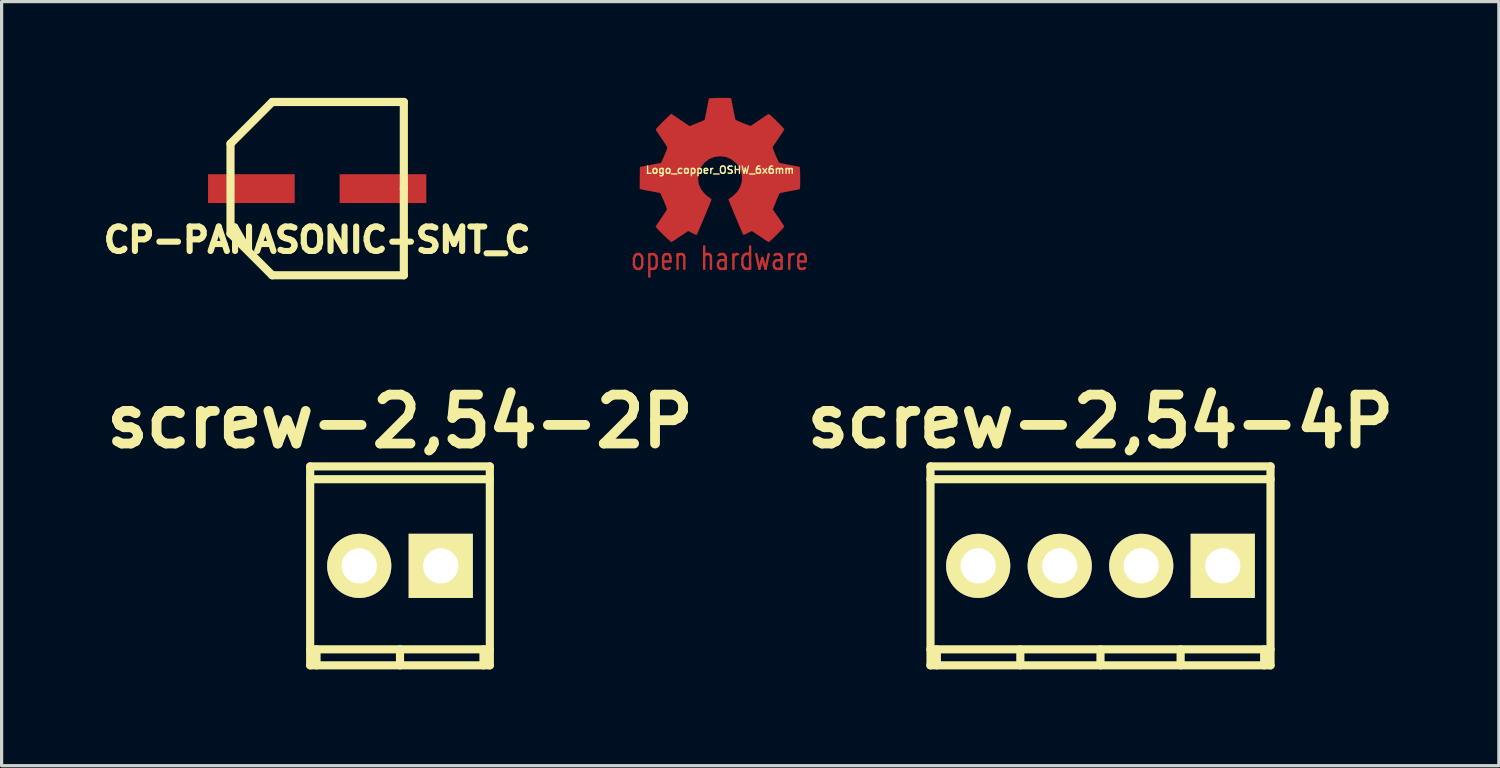
<source format=kicad_pcb>
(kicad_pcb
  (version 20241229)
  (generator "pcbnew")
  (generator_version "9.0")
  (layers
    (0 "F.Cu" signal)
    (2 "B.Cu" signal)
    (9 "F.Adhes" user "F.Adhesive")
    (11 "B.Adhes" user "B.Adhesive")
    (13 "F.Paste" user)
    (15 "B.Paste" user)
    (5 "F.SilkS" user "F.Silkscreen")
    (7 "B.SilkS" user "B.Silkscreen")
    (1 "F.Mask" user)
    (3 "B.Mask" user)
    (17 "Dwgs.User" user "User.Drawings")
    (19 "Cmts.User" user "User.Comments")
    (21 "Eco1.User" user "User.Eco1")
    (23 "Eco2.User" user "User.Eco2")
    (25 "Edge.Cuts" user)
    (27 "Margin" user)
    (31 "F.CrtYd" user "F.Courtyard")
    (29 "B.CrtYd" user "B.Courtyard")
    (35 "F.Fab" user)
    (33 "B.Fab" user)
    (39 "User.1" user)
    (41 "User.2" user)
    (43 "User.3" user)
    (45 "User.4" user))
  (footprint "screw-2,54-2P"
    (layer "F.Cu")
    (at 9.413 14.581)
    (property "Reference" "screw-2,54-2P" (at 0 -4.501 0) (layer "F.SilkS") (effects (font (size 1.524 1.524) (thickness 0.305))))
    (attr through_hole)
    (fp_line (start -2.799 -3.099) (end -2.799 3.099) (stroke (width 0.254) (type solid)) (layer "F.SilkS"))
    (fp_line (start -2.799 -2.7) (end 2.799 -2.7) (stroke (width 0.254) (type solid)) (layer "F.SilkS"))
    (fp_line (start -2.799 3.099) (end 2.799 3.099) (stroke (width 0.254) (type solid)) (layer "F.SilkS"))
    (fp_line (start -2.601 3.099) (end -2.601 2.601) (stroke (width 0.254) (type solid)) (layer "F.SilkS"))
    (fp_line (start 0 3.099) (end 0 2.601) (stroke (width 0.254) (type solid)) (layer "F.SilkS"))
    (fp_line (start 2.601 2.601) (end 2.601 3.099) (stroke (width 0.254) (type solid)) (layer "F.SilkS"))
    (fp_line (start 2.799 -3.099) (end -2.799 -3.099) (stroke (width 0.254) (type solid)) (layer "F.SilkS"))
    (fp_line (start 2.799 2.601) (end -2.799 2.601) (stroke (width 0.254) (type solid)) (layer "F.SilkS"))
    (fp_line (start 2.799 3.099) (end 2.799 -3.099) (stroke (width 0.254) (type solid)) (layer "F.SilkS"))
    (pad "1" thru_hole rect (at 1.27 0) (size 1.999 1.999) (drill 1.097) (layers "*.Cu" "*.Mask" "F.SilkS"))
    (pad "2" thru_hole oval (at -1.27 0) (size 1.999 1.999) (drill 1.097) (layers "*.Cu" "*.Mask" "F.SilkS")))
  (footprint "Logo_copper_OSHW_6x6mm"
    (layer "F.Cu")
    (at 19.381 2.247)
    (property "Reference" "Logo_copper_OSHW_6x6mm" (at 0 0 0) (layer "F.SilkS") (effects (font (size 0.226 0.226) (thickness 0.043))))
    (attr through_hole)
    (fp_line (start -2.68 2.75) (end -2.68 2.95) (stroke (width 0.075) (type solid)) (layer "F.Cu"))
    (fp_line (start -2.68 2.95) (end -2.66 3.01) (stroke (width 0.075) (type solid)) (layer "F.Cu"))
    (fp_line (start -2.66 3.01) (end -2.64 3.04) (stroke (width 0.075) (type solid)) (layer "F.Cu"))
    (fp_line (start -2.65 2.68) (end -2.68 2.75) (stroke (width 0.075) (type solid)) (layer "F.Cu"))
    (fp_line (start -2.64 3.04) (end -2.59 3.08) (stroke (width 0.075) (type solid)) (layer "F.Cu"))
    (fp_line (start -2.63 2.65) (end -2.65 2.68) (stroke (width 0.075) (type solid)) (layer "F.Cu"))
    (fp_line (start -2.59 2.62) (end -2.63 2.65) (stroke (width 0.075) (type solid)) (layer "F.Cu"))
    (fp_line (start -2.59 3.08) (end -2.51 3.08) (stroke (width 0.075) (type solid)) (layer "F.Cu"))
    (fp_line (start -2.51 2.62) (end -2.59 2.62) (stroke (width 0.075) (type solid)) (layer "F.Cu"))
    (fp_line (start -2.51 3.08) (end -2.46 3.05) (stroke (width 0.075) (type solid)) (layer "F.Cu"))
    (fp_line (start -2.46 2.66) (end -2.51 2.62) (stroke (width 0.075) (type solid)) (layer "F.Cu"))
    (fp_line (start -2.46 3.05) (end -2.44 3.02) (stroke (width 0.075) (type solid)) (layer "F.Cu"))
    (fp_line (start -2.44 2.69) (end -2.46 2.66) (stroke (width 0.075) (type solid)) (layer "F.Cu"))
    (fp_line (start -2.44 3.02) (end -2.42 2.95) (stroke (width 0.075) (type solid)) (layer "F.Cu"))
    (fp_line (start -2.42 2.75) (end -2.44 2.69) (stroke (width 0.075) (type solid)) (layer "F.Cu"))
    (fp_line (start -2.42 2.95) (end -2.42 2.75) (stroke (width 0.075) (type solid)) (layer "F.Cu"))
    (fp_line (start -2.2 2.65) (end -2.16 2.62) (stroke (width 0.075) (type solid)) (layer "F.Cu"))
    (fp_line (start -2.2 3.32) (end -2.2 2.62) (stroke (width 0.075) (type solid)) (layer "F.Cu"))
    (fp_line (start -2.16 2.62) (end -2.06 2.62) (stroke (width 0.075) (type solid)) (layer "F.Cu"))
    (fp_line (start -2.15 3.08) (end -2.2 3.05) (stroke (width 0.075) (type solid)) (layer "F.Cu"))
    (fp_line (start -2.06 2.62) (end -2.02 2.65) (stroke (width 0.075) (type solid)) (layer "F.Cu"))
    (fp_line (start -2.05 3.08) (end -2.15 3.08) (stroke (width 0.075) (type solid)) (layer "F.Cu"))
    (fp_line (start -2.02 2.65) (end -1.99 2.68) (stroke (width 0.075) (type solid)) (layer "F.Cu"))
    (fp_line (start -2.01 3.05) (end -2.05 3.08) (stroke (width 0.075) (type solid)) (layer "F.Cu"))
    (fp_line (start -1.99 2.68) (end -1.97 2.74) (stroke (width 0.075) (type solid)) (layer "F.Cu"))
    (fp_line (start -1.99 3.02) (end -2.01 3.05) (stroke (width 0.075) (type solid)) (layer "F.Cu"))
    (fp_line (start -1.97 2.74) (end -1.97 2.96) (stroke (width 0.075) (type solid)) (layer "F.Cu"))
    (fp_line (start -1.97 2.96) (end -1.99 3.02) (stroke (width 0.075) (type solid)) (layer "F.Cu"))
    (fp_line (start -1.77 2.71) (end -1.77 2.98) (stroke (width 0.075) (type solid)) (layer "F.Cu"))
    (fp_line (start -1.77 2.98) (end -1.75 3.05) (stroke (width 0.075) (type solid)) (layer "F.Cu"))
    (fp_line (start -1.75 3.05) (end -1.71 3.08) (stroke (width 0.075) (type solid)) (layer "F.Cu"))
    (fp_line (start -1.74 2.65) (end -1.77 2.71) (stroke (width 0.075) (type solid)) (layer "F.Cu"))
    (fp_line (start -1.71 3.08) (end -1.61 3.08) (stroke (width 0.075) (type solid)) (layer "F.Cu"))
    (fp_line (start -1.7 2.62) (end -1.74 2.65) (stroke (width 0.075) (type solid)) (layer "F.Cu"))
    (fp_line (start -1.61 3.08) (end -1.56 3.05) (stroke (width 0.075) (type solid)) (layer "F.Cu"))
    (fp_line (start -1.6 2.62) (end -1.7 2.62) (stroke (width 0.075) (type solid)) (layer "F.Cu"))
    (fp_line (start -1.56 2.66) (end -1.6 2.62) (stroke (width 0.075) (type solid)) (layer "F.Cu"))
    (fp_line (start -1.54 2.73) (end -1.56 2.66) (stroke (width 0.075) (type solid)) (layer "F.Cu"))
    (fp_line (start -1.54 2.85) (end -1.77 2.85) (stroke (width 0.075) (type solid)) (layer "F.Cu"))
    (fp_line (start -1.54 2.85) (end -1.54 2.73) (stroke (width 0.075) (type solid)) (layer "F.Cu"))
    (fp_line (start -1.32 2.62) (end -1.32 3.08) (stroke (width 0.075) (type solid)) (layer "F.Cu"))
    (fp_line (start -1.32 2.68) (end -1.3 2.65) (stroke (width 0.075) (type solid)) (layer "F.Cu"))
    (fp_line (start -1.3 2.65) (end -1.26 2.62) (stroke (width 0.075) (type solid)) (layer "F.Cu"))
    (fp_line (start -1.26 2.62) (end -1.17 2.62) (stroke (width 0.075) (type solid)) (layer "F.Cu"))
    (fp_line (start -1.17 2.62) (end -1.13 2.65) (stroke (width 0.075) (type solid)) (layer "F.Cu"))
    (fp_line (start -1.13 2.65) (end -1.11 2.71) (stroke (width 0.075) (type solid)) (layer "F.Cu"))
    (fp_line (start -1.11 2.71) (end -1.11 3.08) (stroke (width 0.075) (type solid)) (layer "F.Cu"))
    (fp_line (start -0.49 2.38) (end -0.49 3.08) (stroke (width 0.075) (type solid)) (layer "F.Cu"))
    (fp_line (start -0.49 2.69) (end -0.47 2.65) (stroke (width 0.075) (type solid)) (layer "F.Cu"))
    (fp_line (start -0.47 2.65) (end -0.42 2.62) (stroke (width 0.075) (type solid)) (layer "F.Cu"))
    (fp_line (start -0.42 2.62) (end -0.34 2.62) (stroke (width 0.075) (type solid)) (layer "F.Cu"))
    (fp_line (start -0.34 2.62) (end -0.3 2.65) (stroke (width 0.075) (type solid)) (layer "F.Cu"))
    (fp_line (start -0.3 2.65) (end -0.28 2.71) (stroke (width 0.075) (type solid)) (layer "F.Cu"))
    (fp_line (start -0.28 2.71) (end -0.28 3.08) (stroke (width 0.075) (type solid)) (layer "F.Cu"))
    (fp_line (start -0.06 2.91) (end -0.06 2.98) (stroke (width 0.075) (type solid)) (layer "F.Cu"))
    (fp_line (start -0.06 2.98) (end -0.04 3.04) (stroke (width 0.075) (type solid)) (layer "F.Cu"))
    (fp_line (start -0.04 2.65) (end 0.01 2.62) (stroke (width 0.075) (type solid)) (layer "F.Cu"))
    (fp_line (start -0.04 3.04) (end 0.01 3.08) (stroke (width 0.075) (type solid)) (layer "F.Cu"))
    (fp_line (start -0.03 2.84) (end -0.06 2.91) (stroke (width 0.075) (type solid)) (layer "F.Cu"))
    (fp_line (start 0.01 2.62) (end 0.11 2.62) (stroke (width 0.075) (type solid)) (layer "F.Cu"))
    (fp_line (start 0.01 3.08) (end 0.13 3.08) (stroke (width 0.075) (type solid)) (layer "F.Cu"))
    (fp_line (start 0.02 2.81) (end -0.03 2.84) (stroke (width 0.075) (type solid)) (layer "F.Cu"))
    (fp_line (start 0.11 2.62) (end 0.15 2.65) (stroke (width 0.075) (type solid)) (layer "F.Cu"))
    (fp_line (start 0.13 3.08) (end 0.18 3.04) (stroke (width 0.075) (type solid)) (layer "F.Cu"))
    (fp_line (start 0.14 2.81) (end 0.02 2.81) (stroke (width 0.075) (type solid)) (layer "F.Cu"))
    (fp_line (start 0.15 2.65) (end 0.18 2.71) (stroke (width 0.075) (type solid)) (layer "F.Cu"))
    (fp_line (start 0.18 2.71) (end 0.18 3.08) (stroke (width 0.075) (type solid)) (layer "F.Cu"))
    (fp_line (start 0.18 2.78) (end 0.14 2.81) (stroke (width 0.075) (type solid)) (layer "F.Cu"))
    (fp_line (start 0.42 2.62) (end 0.42 3.08) (stroke (width 0.075) (type solid)) (layer "F.Cu"))
    (fp_line (start 0.42 2.74) (end 0.44 2.67) (stroke (width 0.075) (type solid)) (layer "F.Cu"))
    (fp_line (start 0.44 2.67) (end 0.46 2.65) (stroke (width 0.075) (type solid)) (layer "F.Cu"))
    (fp_line (start 0.46 2.65) (end 0.51 2.62) (stroke (width 0.075) (type solid)) (layer "F.Cu"))
    (fp_line (start 0.51 2.62) (end 0.56 2.62) (stroke (width 0.075) (type solid)) (layer "F.Cu"))
    (fp_line (start 0.7 2.75) (end 0.73 2.68) (stroke (width 0.075) (type solid)) (layer "F.Cu"))
    (fp_line (start 0.7 2.95) (end 0.7 2.75) (stroke (width 0.075) (type solid)) (layer "F.Cu"))
    (fp_line (start 0.73 2.68) (end 0.75 2.65) (stroke (width 0.075) (type solid)) (layer "F.Cu"))
    (fp_line (start 0.73 3.02) (end 0.7 2.95) (stroke (width 0.075) (type solid)) (layer "F.Cu"))
    (fp_line (start 0.75 2.65) (end 0.81 2.61) (stroke (width 0.075) (type solid)) (layer "F.Cu"))
    (fp_line (start 0.75 3.05) (end 0.73 3.02) (stroke (width 0.075) (type solid)) (layer "F.Cu"))
    (fp_line (start 0.79 3.08) (end 0.75 3.05) (stroke (width 0.075) (type solid)) (layer "F.Cu"))
    (fp_line (start 0.81 2.61) (end 0.88 2.61) (stroke (width 0.075) (type solid)) (layer "F.Cu"))
    (fp_line (start 0.88 2.61) (end 0.94 2.65) (stroke (width 0.075) (type solid)) (layer "F.Cu"))
    (fp_line (start 0.9 3.08) (end 0.79 3.08) (stroke (width 0.075) (type solid)) (layer "F.Cu"))
    (fp_line (start 0.94 2.38) (end 0.94 3.08) (stroke (width 0.075) (type solid)) (layer "F.Cu"))
    (fp_line (start 0.94 3.05) (end 0.9 3.08) (stroke (width 0.075) (type solid)) (layer "F.Cu"))
    (fp_line (start 1.13 2.62) (end 1.23 3.08) (stroke (width 0.075) (type solid)) (layer "F.Cu"))
    (fp_line (start 1.23 3.08) (end 1.32 2.74) (stroke (width 0.075) (type solid)) (layer "F.Cu"))
    (fp_line (start 1.32 2.74) (end 1.42 3.08) (stroke (width 0.075) (type solid)) (layer "F.Cu"))
    (fp_line (start 1.42 3.08) (end 1.52 2.62) (stroke (width 0.075) (type solid)) (layer "F.Cu"))
    (fp_line (start 1.68 2.91) (end 1.68 2.98) (stroke (width 0.075) (type solid)) (layer "F.Cu"))
    (fp_line (start 1.68 2.98) (end 1.7 3.04) (stroke (width 0.075) (type solid)) (layer "F.Cu"))
    (fp_line (start 1.7 2.65) (end 1.75 2.62) (stroke (width 0.075) (type solid)) (layer "F.Cu"))
    (fp_line (start 1.7 3.04) (end 1.75 3.08) (stroke (width 0.075) (type solid)) (layer "F.Cu"))
    (fp_line (start 1.71 2.84) (end 1.68 2.91) (stroke (width 0.075) (type solid)) (layer "F.Cu"))
    (fp_line (start 1.75 2.62) (end 1.85 2.62) (stroke (width 0.075) (type solid)) (layer "F.Cu"))
    (fp_line (start 1.75 3.08) (end 1.87 3.08) (stroke (width 0.075) (type solid)) (layer "F.Cu"))
    (fp_line (start 1.76 2.81) (end 1.71 2.84) (stroke (width 0.075) (type solid)) (layer "F.Cu"))
    (fp_line (start 1.85 2.62) (end 1.89 2.65) (stroke (width 0.075) (type solid)) (layer "F.Cu"))
    (fp_line (start 1.87 3.08) (end 1.92 3.04) (stroke (width 0.075) (type solid)) (layer "F.Cu"))
    (fp_line (start 1.88 2.81) (end 1.76 2.81) (stroke (width 0.075) (type solid)) (layer "F.Cu"))
    (fp_line (start 1.89 2.65) (end 1.92 2.71) (stroke (width 0.075) (type solid)) (layer "F.Cu"))
    (fp_line (start 1.92 2.71) (end 1.92 3.08) (stroke (width 0.075) (type solid)) (layer "F.Cu"))
    (fp_line (start 1.92 2.78) (end 1.88 2.81) (stroke (width 0.075) (type solid)) (layer "F.Cu"))
    (fp_line (start 2.16 2.62) (end 2.16 3.08) (stroke (width 0.075) (type solid)) (layer "F.Cu"))
    (fp_line (start 2.16 2.74) (end 2.18 2.67) (stroke (width 0.075) (type solid)) (layer "F.Cu"))
    (fp_line (start 2.18 2.67) (end 2.2 2.65) (stroke (width 0.075) (type solid)) (layer "F.Cu"))
    (fp_line (start 2.2 2.65) (end 2.25 2.62) (stroke (width 0.075) (type solid)) (layer "F.Cu"))
    (fp_line (start 2.25 2.62) (end 2.3 2.62) (stroke (width 0.075) (type solid)) (layer "F.Cu"))
    (fp_line (start 2.44 2.71) (end 2.44 2.98) (stroke (width 0.075) (type solid)) (layer "F.Cu"))
    (fp_line (start 2.44 2.98) (end 2.46 3.05) (stroke (width 0.075) (type solid)) (layer "F.Cu"))
    (fp_line (start 2.46 3.05) (end 2.5 3.08) (stroke (width 0.075) (type solid)) (layer "F.Cu"))
    (fp_line (start 2.47 2.65) (end 2.44 2.71) (stroke (width 0.075) (type solid)) (layer "F.Cu"))
    (fp_line (start 2.5 3.08) (end 2.6 3.08) (stroke (width 0.075) (type solid)) (layer "F.Cu"))
    (fp_line (start 2.51 2.62) (end 2.47 2.65) (stroke (width 0.075) (type solid)) (layer "F.Cu"))
    (fp_line (start 2.6 3.08) (end 2.65 3.05) (stroke (width 0.075) (type solid)) (layer "F.Cu"))
    (fp_line (start 2.61 2.62) (end 2.51 2.62) (stroke (width 0.075) (type solid)) (layer "F.Cu"))
    (fp_line (start 2.65 2.66) (end 2.61 2.62) (stroke (width 0.075) (type solid)) (layer "F.Cu"))
    (fp_line (start 2.67 2.73) (end 2.65 2.66) (stroke (width 0.075) (type solid)) (layer "F.Cu"))
    (fp_line (start 2.67 2.85) (end 2.44 2.85) (stroke (width 0.075) (type solid)) (layer "F.Cu"))
    (fp_line (start 2.67 2.85) (end 2.67 2.73) (stroke (width 0.075) (type solid)) (layer "F.Cu"))
    (fp_poly (pts (xy -1.514 2.245) (xy -1.488 2.23) (xy -1.43 2.195) (xy -1.346 2.139) (xy -1.247 2.073) (xy -1.148 2.007) (xy -1.067 1.953) (xy -1.011 1.915) (xy -0.986 1.902) (xy -0.973 1.908) (xy -0.927 1.93) (xy -0.859 1.966) (xy -0.818 1.986) (xy -0.757 2.012) (xy -0.724 2.019) (xy -0.719 2.009) (xy -0.696 1.961) (xy -0.66 1.88) (xy -0.615 1.77) (xy -0.559 1.643) (xy -0.503 1.509) (xy -0.445 1.369) (xy -0.389 1.234) (xy -0.34 1.115) (xy -0.3 1.019) (xy -0.274 0.95) (xy -0.264 0.922) (xy -0.267 0.914) (xy -0.3 0.884) (xy -0.353 0.843) (xy -0.472 0.747) (xy -0.589 0.602) (xy -0.66 0.437) (xy -0.683 0.251) (xy -0.663 0.081) (xy -0.597 -0.081) (xy -0.483 -0.229) (xy -0.343 -0.338) (xy -0.18 -0.406) (xy 0 -0.429) (xy 0.173 -0.409) (xy 0.34 -0.343) (xy 0.488 -0.231) (xy 0.551 -0.16) (xy 0.638 -0.01) (xy 0.686 0.147) (xy 0.691 0.188) (xy 0.683 0.363) (xy 0.632 0.533) (xy 0.538 0.683) (xy 0.409 0.808) (xy 0.394 0.818) (xy 0.335 0.864) (xy 0.295 0.894) (xy 0.264 0.919) (xy 0.488 1.458) (xy 0.523 1.542) (xy 0.584 1.689) (xy 0.638 1.816) (xy 0.681 1.918) (xy 0.711 1.984) (xy 0.724 2.012) (xy 0.724 2.014) (xy 0.744 2.017) (xy 0.785 2.002) (xy 0.861 1.966) (xy 0.909 1.941) (xy 0.968 1.913) (xy 0.993 1.902) (xy 1.016 1.915) (xy 1.069 1.951) (xy 1.151 2.004) (xy 1.247 2.068) (xy 1.339 2.131) (xy 1.422 2.187) (xy 1.483 2.225) (xy 1.514 2.243) (xy 1.519 2.243) (xy 1.544 2.228) (xy 1.593 2.187) (xy 1.666 2.118) (xy 1.77 2.014) (xy 1.786 1.999) (xy 1.872 1.913) (xy 1.941 1.839) (xy 1.986 1.788) (xy 2.004 1.765) (xy 1.989 1.735) (xy 1.951 1.674) (xy 1.895 1.587) (xy 1.826 1.488) (xy 1.648 1.229) (xy 1.745 0.986) (xy 1.775 0.909) (xy 1.814 0.82) (xy 1.841 0.754) (xy 1.857 0.726) (xy 1.882 0.716) (xy 1.951 0.701) (xy 2.047 0.681) (xy 2.162 0.66) (xy 2.273 0.64) (xy 2.372 0.62) (xy 2.443 0.607) (xy 2.477 0.599) (xy 2.484 0.594) (xy 2.492 0.579) (xy 2.494 0.546) (xy 2.497 0.485) (xy 2.499 0.391) (xy 2.499 0.251) (xy 2.499 0.236) (xy 2.497 0.107) (xy 2.494 0) (xy 2.492 -0.066) (xy 2.487 -0.094) (xy 2.456 -0.102) (xy 2.385 -0.117) (xy 2.286 -0.135) (xy 2.167 -0.157) (xy 2.159 -0.16) (xy 2.042 -0.183) (xy 1.943 -0.203) (xy 1.872 -0.218) (xy 1.844 -0.229) (xy 1.836 -0.236) (xy 1.814 -0.282) (xy 1.781 -0.356) (xy 1.74 -0.445) (xy 1.702 -0.538) (xy 1.669 -0.622) (xy 1.646 -0.683) (xy 1.638 -0.711) (xy 1.641 -0.714) (xy 1.659 -0.742) (xy 1.699 -0.803) (xy 1.755 -0.886) (xy 1.824 -0.988) (xy 1.829 -0.996) (xy 1.897 -1.095) (xy 1.953 -1.181) (xy 1.989 -1.24) (xy 2.004 -1.267) (xy 2.004 -1.27) (xy 1.981 -1.3) (xy 1.93 -1.356) (xy 1.857 -1.433) (xy 1.77 -1.521) (xy 1.742 -1.547) (xy 1.643 -1.643) (xy 1.577 -1.704) (xy 1.534 -1.737) (xy 1.514 -1.745) (xy 1.483 -1.727) (xy 1.42 -1.687) (xy 1.336 -1.628) (xy 1.234 -1.56) (xy 1.227 -1.554) (xy 1.128 -1.486) (xy 1.044 -1.43) (xy 0.986 -1.389) (xy 0.958 -1.374) (xy 0.955 -1.374) (xy 0.914 -1.387) (xy 0.843 -1.412) (xy 0.754 -1.445) (xy 0.663 -1.483) (xy 0.579 -1.519) (xy 0.516 -1.547) (xy 0.485 -1.565) (xy 0.475 -1.6) (xy 0.457 -1.676) (xy 0.437 -1.778) (xy 0.411 -1.9) (xy 0.409 -1.92) (xy 0.386 -2.04) (xy 0.368 -2.139) (xy 0.353 -2.207) (xy 0.345 -2.235) (xy 0.33 -2.238) (xy 0.272 -2.243) (xy 0.183 -2.245) (xy 0.074 -2.245) (xy -0.038 -2.245) (xy -0.147 -2.243) (xy -0.241 -2.24) (xy -0.31 -2.235) (xy -0.338 -2.23) (xy -0.338 -2.228) (xy -0.348 -2.189) (xy -0.366 -2.116) (xy -0.386 -2.012) (xy -0.409 -1.89) (xy -0.414 -1.867) (xy -0.437 -1.75) (xy -0.457 -1.651) (xy -0.47 -1.585) (xy -0.478 -1.557) (xy -0.49 -1.552) (xy -0.538 -1.532) (xy -0.617 -1.499) (xy -0.716 -1.458) (xy -0.945 -1.367) (xy -1.227 -1.557) (xy -1.252 -1.575) (xy -1.354 -1.643) (xy -1.435 -1.699) (xy -1.494 -1.737) (xy -1.516 -1.75) (xy -1.519 -1.75) (xy -1.547 -1.725) (xy -1.603 -1.671) (xy -1.679 -1.598) (xy -1.768 -1.511) (xy -1.831 -1.445) (xy -1.91 -1.367) (xy -1.958 -1.313) (xy -1.986 -1.28) (xy -1.994 -1.26) (xy -1.991 -1.245) (xy -1.974 -1.217) (xy -1.933 -1.156) (xy -1.875 -1.069) (xy -1.806 -0.97) (xy -1.75 -0.886) (xy -1.689 -0.792) (xy -1.651 -0.726) (xy -1.636 -0.693) (xy -1.641 -0.681) (xy -1.659 -0.625) (xy -1.694 -0.541) (xy -1.735 -0.442) (xy -1.834 -0.221) (xy -1.979 -0.193) (xy -2.068 -0.175) (xy -2.189 -0.152) (xy -2.309 -0.13) (xy -2.492 -0.094) (xy -2.499 0.582) (xy -2.471 0.594) (xy -2.443 0.602) (xy -2.375 0.617) (xy -2.278 0.638) (xy -2.162 0.658) (xy -2.065 0.676) (xy -1.966 0.696) (xy -1.895 0.709) (xy -1.864 0.716) (xy -1.854 0.726) (xy -1.831 0.775) (xy -1.796 0.851) (xy -1.755 0.942) (xy -1.717 1.036) (xy -1.681 1.125) (xy -1.659 1.191) (xy -1.648 1.224) (xy -1.661 1.252) (xy -1.699 1.311) (xy -1.753 1.392) (xy -1.821 1.491) (xy -1.887 1.587) (xy -1.946 1.671) (xy -1.984 1.732) (xy -2.002 1.76) (xy -1.991 1.778) (xy -1.953 1.826) (xy -1.88 1.902) (xy -1.768 2.012) (xy -1.75 2.029) (xy -1.664 2.113) (xy -1.59 2.182) (xy -1.537 2.228) (xy -1.514 2.245)) (stroke (width 0.003) (type solid)) (fill yes) (layer "F.Cu")))
  (footprint "CP-PANASONIC-SMT_C"
    (layer "F.Cu")
    (at 6.832 2.827)
    (property "Reference" "CP-PANASONIC-SMT_C" (at 0 1.6 0) (layer "F.SilkS") (effects (font (size 0.762 0.762) (thickness 0.191))))
    (attr through_hole)
    (fp_line (start -2.7 -1.4) (end -2.7 1.4) (stroke (width 0.254) (type solid)) (layer "F.SilkS"))
    (fp_line (start -2.7 1.4) (end -1.4 2.7) (stroke (width 0.254) (type solid)) (layer "F.SilkS"))
    (fp_line (start -1.4 -2.7) (end -2.7 -1.4) (stroke (width 0.254) (type solid)) (layer "F.SilkS"))
    (fp_line (start -1.4 2.7) (end 2.7 2.7) (stroke (width 0.254) (type solid)) (layer "F.SilkS"))
    (fp_line (start 2.7 -2.7) (end -1.4 -2.7) (stroke (width 0.254) (type solid)) (layer "F.SilkS"))
    (fp_line (start 2.7 0) (end 2.7 -2.7) (stroke (width 0.254) (type solid)) (layer "F.SilkS"))
    (fp_line (start 2.7 2.7) (end 2.7 0) (stroke (width 0.254) (type solid)) (layer "F.SilkS"))
    (pad "1" smd rect (at -2.05 0) (size 2.7 0.899) (layers "F.Cu" "F.Mask" "F.Paste"))
    (pad "2" smd rect (at 2.05 0) (size 2.7 0.899) (layers "F.Cu" "F.Mask" "F.Paste")))
  (footprint "screw-2,54-4P"
    (layer "F.Cu")
    (at 31.238 14.581)
    (property "Reference" "screw-2,54-4P" (at 0 -4.501 0) (layer "F.SilkS") (effects (font (size 1.524 1.524) (thickness 0.305))))
    (attr through_hole)
    (fp_line (start -5.301 -2.7) (end 5.301 -2.7) (stroke (width 0.254) (type solid)) (layer "F.SilkS"))
    (fp_line (start -5.301 2.601) (end 5.301 2.601) (stroke (width 0.254) (type solid)) (layer "F.SilkS"))
    (fp_line (start -5.296 -3.099) (end -5.296 3.099) (stroke (width 0.254) (type solid)) (layer "F.SilkS"))
    (fp_line (start -5.098 3.099) (end -5.098 2.601) (stroke (width 0.254) (type solid)) (layer "F.SilkS"))
    (fp_line (start -2.497 3.099) (end -2.497 2.601) (stroke (width 0.254) (type solid)) (layer "F.SilkS"))
    (fp_line (start 0 2.601) (end 0 3.099) (stroke (width 0.254) (type solid)) (layer "F.SilkS"))
    (fp_line (start 2.497 2.601) (end 2.497 3.099) (stroke (width 0.254) (type solid)) (layer "F.SilkS"))
    (fp_line (start 5.1 2.601) (end 5.1 3.099) (stroke (width 0.254) (type solid)) (layer "F.SilkS"))
    (fp_line (start 5.298 3.099) (end 5.298 -3.099) (stroke (width 0.254) (type solid)) (layer "F.SilkS"))
    (fp_line (start 5.301 -3.099) (end -5.301 -3.099) (stroke (width 0.254) (type solid)) (layer "F.SilkS"))
    (fp_line (start 5.301 3.099) (end -5.301 3.099) (stroke (width 0.254) (type solid)) (layer "F.SilkS"))
    (pad "1" thru_hole rect (at 3.81 0) (size 1.999 1.999) (drill 1.097) (layers "*.Cu" "*.Mask" "F.SilkS"))
    (pad "2" thru_hole oval (at 1.27 0) (size 1.999 1.999) (drill 1.097) (layers "*.Cu" "*.Mask" "F.SilkS"))
    (pad "3" thru_hole oval (at -1.27 0) (size 1.999 1.999) (drill 1.097) (layers "*.Cu" "*.Mask" "F.SilkS"))
    (pad "4" thru_hole oval (at -3.81 0) (size 1.999 1.999) (drill 1.097) (layers "*.Cu" "*.Mask" "F.SilkS")))
  (gr_rect
    (start -3 -3)
    (end 43.65 20.807)
    (stroke (width 0.1) (type default))
    (fill no)
    (layer "Edge.Cuts")))
</source>
